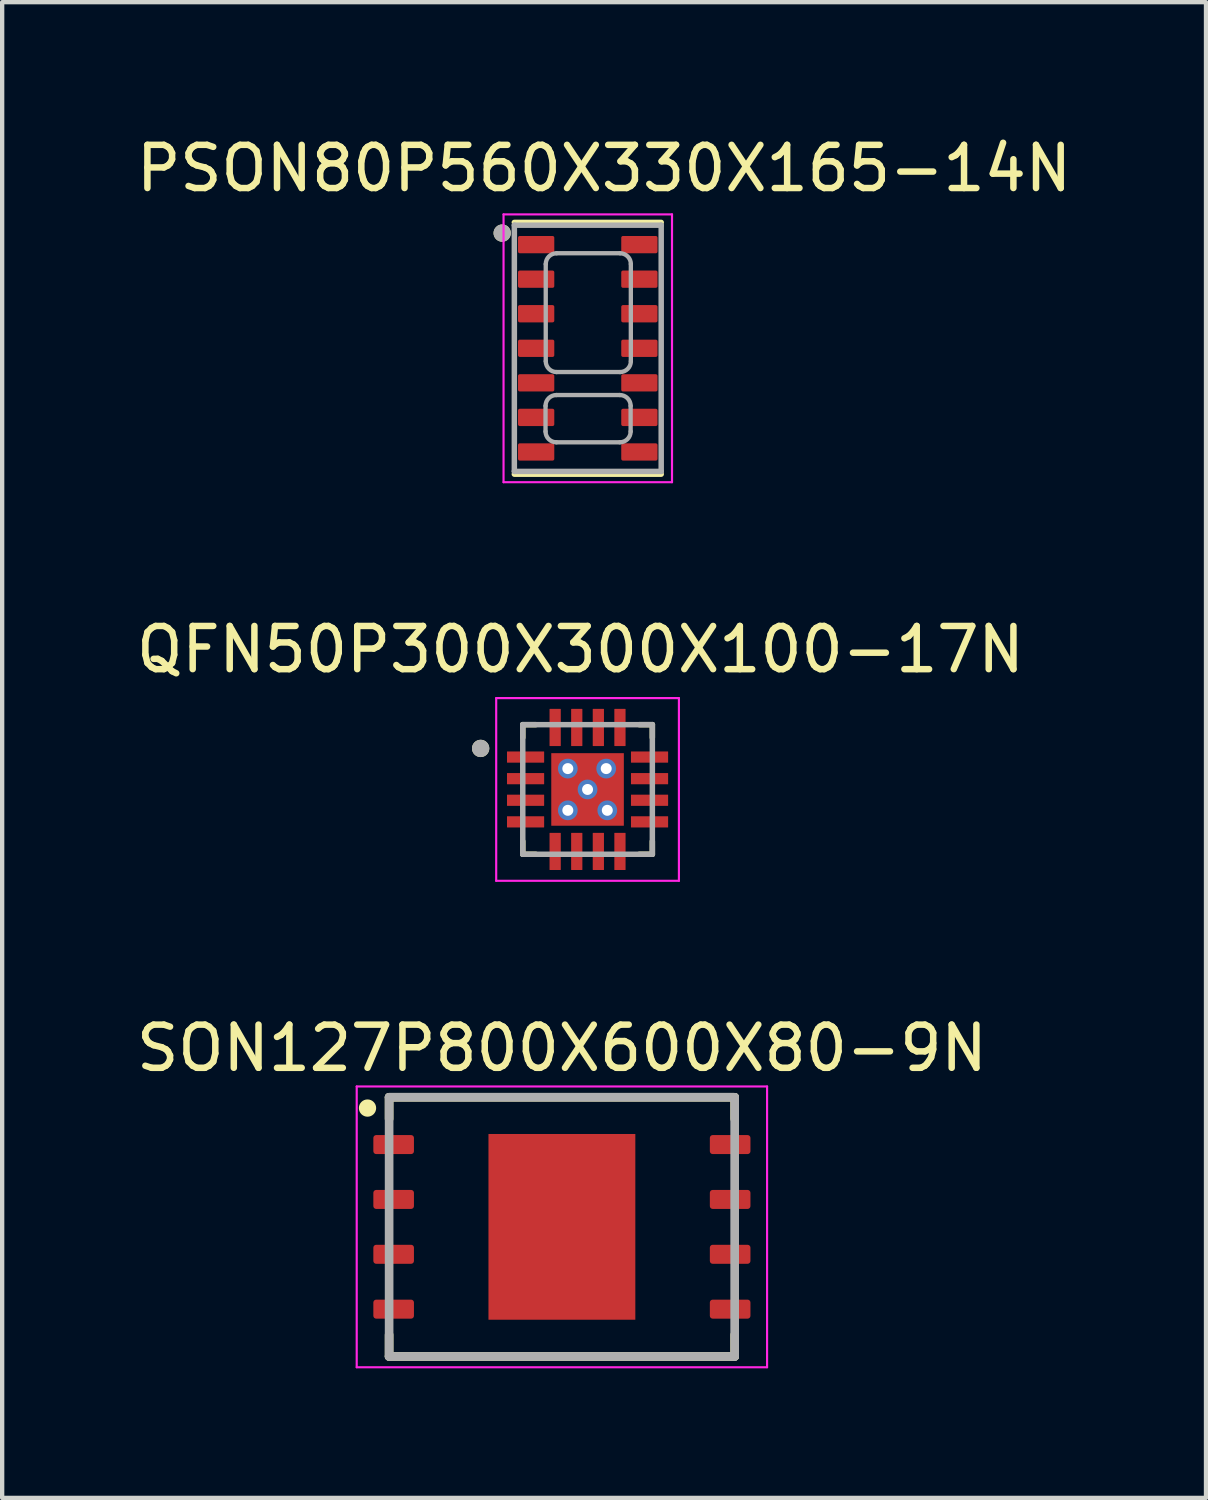
<source format=kicad_pcb>
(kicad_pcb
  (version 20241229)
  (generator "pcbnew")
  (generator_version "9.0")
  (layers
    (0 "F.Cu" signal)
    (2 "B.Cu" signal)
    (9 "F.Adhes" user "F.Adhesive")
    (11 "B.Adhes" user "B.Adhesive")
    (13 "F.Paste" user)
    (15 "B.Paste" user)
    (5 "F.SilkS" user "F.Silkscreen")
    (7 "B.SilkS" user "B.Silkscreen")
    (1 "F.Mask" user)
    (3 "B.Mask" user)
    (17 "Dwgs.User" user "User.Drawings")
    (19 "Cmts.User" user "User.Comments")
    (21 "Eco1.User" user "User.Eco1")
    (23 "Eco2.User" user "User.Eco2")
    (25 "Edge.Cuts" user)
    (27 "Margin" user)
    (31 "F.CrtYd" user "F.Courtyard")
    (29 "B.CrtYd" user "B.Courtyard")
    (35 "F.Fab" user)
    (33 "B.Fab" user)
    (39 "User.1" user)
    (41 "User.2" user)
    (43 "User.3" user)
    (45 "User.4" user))
  (footprint "PSON80P560X330X165-14N"
    (layer "F.Cu")
    (at 10.557 5.013)
    (property "Reference" "PSON80P560X330X165-14N" (at 0.377 -4.165 0) (layer "F.SilkS") (effects (font (size 1 1) (thickness 0.15))))
    (attr through_hole)
    (fp_line (start -1.7 2.914) (end 1.7 2.914) (stroke (width 0.127) (type solid)) (layer "F.SilkS"))
    (fp_line (start 1.7 -2.914) (end -1.7 -2.914) (stroke (width 0.127) (type solid)) (layer "F.SilkS"))
    (fp_circle (center -1.981 -2.667) (end -1.881 -2.667) (stroke (width 0.2) (type solid)) (fill no) (layer "F.SilkS"))
    (fp_line (start -1.95 -3.1) (end -1.95 3.1) (stroke (width 0.05) (type solid)) (layer "F.CrtYd"))
    (fp_line (start -1.95 3.1) (end 1.95 3.1) (stroke (width 0.05) (type solid)) (layer "F.CrtYd"))
    (fp_line (start 1.95 -3.1) (end -1.95 -3.1) (stroke (width 0.05) (type solid)) (layer "F.CrtYd"))
    (fp_line (start 1.95 3.1) (end 1.95 -3.1) (stroke (width 0.05) (type solid)) (layer "F.CrtYd"))
    (fp_line (start -1.7 -2.85) (end -1.7 2.85) (stroke (width 0.127) (type solid)) (layer "F.Fab"))
    (fp_line (start -1.7 2.85) (end 1.7 2.85) (stroke (width 0.127) (type solid)) (layer "F.Fab"))
    (fp_line (start -0.978 1.926) (end -0.978 1.332) (stroke (width 0.1) (type solid)) (layer "F.Fab"))
    (fp_line (start -0.973 0.3) (end -0.973 -1.95) (stroke (width 0.1) (type solid)) (layer "F.Fab"))
    (fp_line (start -0.723 -2.2) (end 0.747 -2.2) (stroke (width 0.1) (type solid)) (layer "F.Fab"))
    (fp_line (start 0.742 1.082) (end -0.728 1.082) (stroke (width 0.1) (type solid)) (layer "F.Fab"))
    (fp_line (start 0.742 2.176) (end -0.728 2.176) (stroke (width 0.1) (type solid)) (layer "F.Fab"))
    (fp_line (start 0.747 0.55) (end -0.723 0.55) (stroke (width 0.1) (type solid)) (layer "F.Fab"))
    (fp_line (start 0.992 1.926) (end 0.992 1.332) (stroke (width 0.1) (type solid)) (layer "F.Fab"))
    (fp_line (start 0.997 -1.95) (end 0.997 0.3) (stroke (width 0.1) (type solid)) (layer "F.Fab"))
    (fp_line (start 1.7 -2.85) (end -1.7 -2.85) (stroke (width 0.127) (type solid)) (layer "F.Fab"))
    (fp_line (start 1.7 2.85) (end 1.7 -2.85) (stroke (width 0.127) (type solid)) (layer "F.Fab"))
    (fp_arc (start -0.977541 1.33219) (mid -0.904318 1.155413) (end -0.727541 1.08219) (stroke (width 0.1) (type solid)) (layer "F.Fab"))
    (fp_arc (start -0.972541 -1.94981) (mid -0.899318 -2.126587) (end -0.722541 -2.19981) (stroke (width 0.1) (type solid)) (layer "F.Fab"))
    (fp_arc (start -0.727541 2.17619) (mid -0.904318 2.102967) (end -0.977541 1.92619) (stroke (width 0.1) (type solid)) (layer "F.Fab"))
    (fp_arc (start -0.722541 0.550191) (mid -0.899318 0.476968) (end -0.972541 0.300191) (stroke (width 0.1) (type solid)) (layer "F.Fab"))
    (fp_arc (start 0.742459 1.08219) (mid 0.919236 1.155413) (end 0.992459 1.33219) (stroke (width 0.1) (type solid)) (layer "F.Fab"))
    (fp_arc (start 0.747459 -2.19981) (mid 0.924236 -2.126587) (end 0.997459 -1.94981) (stroke (width 0.1) (type solid)) (layer "F.Fab"))
    (fp_arc (start 0.992459 1.92619) (mid 0.919236 2.102967) (end 0.742459 2.17619) (stroke (width 0.1) (type solid)) (layer "F.Fab"))
    (fp_arc (start 0.997459 0.300191) (mid 0.924236 0.476968) (end 0.747459 0.550191) (stroke (width 0.1) (type solid)) (layer "F.Fab"))
    (fp_circle (center -1.981 -2.667) (end -1.881 -2.667) (stroke (width 0.2) (type solid)) (fill no) (layer "F.Fab"))
    (pad "1" smd roundrect (at -1.195 -2.4) (size 0.84 0.4) (layers "F.Cu" "F.Mask" "F.Paste") (roundrect_rratio 0.1))
    (pad "2" smd roundrect (at -1.195 -1.6) (size 0.84 0.4) (layers "F.Cu" "F.Mask" "F.Paste") (roundrect_rratio 0.1))
    (pad "3" smd roundrect (at -1.195 -0.8) (size 0.84 0.4) (layers "F.Cu" "F.Mask" "F.Paste") (roundrect_rratio 0.1))
    (pad "4" smd roundrect (at -1.195 0) (size 0.84 0.4) (layers "F.Cu" "F.Mask" "F.Paste") (roundrect_rratio 0.1))
    (pad "5" smd roundrect (at -1.195 0.8) (size 0.84 0.4) (layers "F.Cu" "F.Mask" "F.Paste") (roundrect_rratio 0.1))
    (pad "6" smd roundrect (at -1.195 1.6) (size 0.84 0.4) (layers "F.Cu" "F.Mask" "F.Paste") (roundrect_rratio 0.1))
    (pad "7" smd roundrect (at -1.195 2.4) (size 0.84 0.4) (layers "F.Cu" "F.Mask" "F.Paste") (roundrect_rratio 0.1))
    (pad "8" smd roundrect (at 1.195 2.4 180) (size 0.84 0.4) (layers "F.Cu" "F.Mask" "F.Paste") (roundrect_rratio 0.1))
    (pad "9" smd roundrect (at 1.195 1.6 180) (size 0.84 0.4) (layers "F.Cu" "F.Mask" "F.Paste") (roundrect_rratio 0.1))
    (pad "10" smd roundrect (at 1.195 0.8 180) (size 0.84 0.4) (layers "F.Cu" "F.Mask" "F.Paste") (roundrect_rratio 0.1))
    (pad "11" smd roundrect (at 1.195 0 180) (size 0.84 0.4) (layers "F.Cu" "F.Mask" "F.Paste") (roundrect_rratio 0.1))
    (pad "12" smd roundrect (at 1.195 -0.8 180) (size 0.84 0.4) (layers "F.Cu" "F.Mask" "F.Paste") (roundrect_rratio 0.1))
    (pad "13" smd roundrect (at 1.195 -1.6 180) (size 0.84 0.4) (layers "F.Cu" "F.Mask" "F.Paste") (roundrect_rratio 0.1))
    (pad "14" smd roundrect (at 1.195 -2.4 180) (size 0.84 0.4) (layers "F.Cu" "F.Mask" "F.Paste") (roundrect_rratio 0.1)))
  (footprint "QFN50P300X300X100-17N"
    (layer "F.Cu")
    (at 10.552 15.226)
    (property "Reference" "QFN50P300X300X100-17N" (at -0.165 -3.24 0) (layer "F.SilkS") (effects (font (size 1 1) (thickness 0.15))))
    (attr through_hole)
    (fp_line (start -1.5 -1.5) (end -1.5 -1.2) (stroke (width 0.127) (type solid)) (layer "F.SilkS"))
    (fp_line (start -1.5 -1.5) (end -1.2 -1.5) (stroke (width 0.127) (type solid)) (layer "F.SilkS"))
    (fp_line (start -1.5 1.5) (end -1.5 1.2) (stroke (width 0.127) (type solid)) (layer "F.SilkS"))
    (fp_line (start -1.5 1.5) (end -1.2 1.5) (stroke (width 0.127) (type solid)) (layer "F.SilkS"))
    (fp_line (start 1.5 -1.5) (end 1.2 -1.5) (stroke (width 0.127) (type solid)) (layer "F.SilkS"))
    (fp_line (start 1.5 -1.5) (end 1.5 -1.2) (stroke (width 0.127) (type solid)) (layer "F.SilkS"))
    (fp_line (start 1.5 1.5) (end 1.2 1.5) (stroke (width 0.127) (type solid)) (layer "F.SilkS"))
    (fp_line (start 1.5 1.5) (end 1.5 1.2) (stroke (width 0.127) (type solid)) (layer "F.SilkS"))
    (fp_circle (center -2.475 -0.95) (end -2.375 -0.95) (stroke (width 0.2) (type solid)) (fill no) (layer "F.SilkS"))
    (fp_poly (pts (xy -0.53 -0.53) (xy 0.53 -0.53) (xy 0.53 0.53) (xy -0.53 0.53)) (stroke (width 0.01) (type solid)) (fill yes) (layer "F.Paste"))
    (fp_line (start -2.115 -2.115) (end 2.115 -2.115) (stroke (width 0.05) (type solid)) (layer "F.CrtYd"))
    (fp_line (start -2.115 2.115) (end -2.115 -2.115) (stroke (width 0.05) (type solid)) (layer "F.CrtYd"))
    (fp_line (start -2.115 2.115) (end 2.115 2.115) (stroke (width 0.05) (type solid)) (layer "F.CrtYd"))
    (fp_line (start 2.115 2.115) (end 2.115 -2.115) (stroke (width 0.05) (type solid)) (layer "F.CrtYd"))
    (fp_line (start -1.5 1.5) (end -1.5 -1.5) (stroke (width 0.127) (type solid)) (layer "F.Fab"))
    (fp_line (start 1.5 -1.5) (end -1.5 -1.5) (stroke (width 0.127) (type solid)) (layer "F.Fab"))
    (fp_line (start 1.5 1.5) (end -1.5 1.5) (stroke (width 0.127) (type solid)) (layer "F.Fab"))
    (fp_line (start 1.5 1.5) (end 1.5 -1.5) (stroke (width 0.127) (type solid)) (layer "F.Fab"))
    (fp_circle (center -2.475 -0.95) (end -2.375 -0.95) (stroke (width 0.2) (type solid)) (fill no) (layer "F.Fab"))
    (pad "1" smd roundrect (at -1.435 -0.75) (size 0.86 0.26) (layers "F.Cu" "F.Mask" "F.Paste") (roundrect_rratio 0.03))
    (pad "2" smd roundrect (at -1.435 -0.25) (size 0.86 0.26) (layers "F.Cu" "F.Mask" "F.Paste") (roundrect_rratio 0.03))
    (pad "3" smd roundrect (at -1.435 0.25) (size 0.86 0.26) (layers "F.Cu" "F.Mask" "F.Paste") (roundrect_rratio 0.03))
    (pad "4" smd roundrect (at -1.435 0.75) (size 0.86 0.26) (layers "F.Cu" "F.Mask" "F.Paste") (roundrect_rratio 0.03))
    (pad "5" smd roundrect (at -0.75 1.435 90) (size 0.86 0.26) (layers "F.Cu" "F.Mask" "F.Paste") (roundrect_rratio 0.03))
    (pad "6" smd roundrect (at -0.25 1.435 90) (size 0.86 0.26) (layers "F.Cu" "F.Mask" "F.Paste") (roundrect_rratio 0.03))
    (pad "7" smd roundrect (at 0.25 1.435 90) (size 0.86 0.26) (layers "F.Cu" "F.Mask" "F.Paste") (roundrect_rratio 0.03))
    (pad "8" smd roundrect (at 0.75 1.435 90) (size 0.86 0.26) (layers "F.Cu" "F.Mask" "F.Paste") (roundrect_rratio 0.03))
    (pad "9" smd roundrect (at 1.435 0.75) (size 0.86 0.26) (layers "F.Cu" "F.Mask" "F.Paste") (roundrect_rratio 0.03))
    (pad "10" smd roundrect (at 1.435 0.25) (size 0.86 0.26) (layers "F.Cu" "F.Mask" "F.Paste") (roundrect_rratio 0.03))
    (pad "11" smd roundrect (at 1.435 -0.25) (size 0.86 0.26) (layers "F.Cu" "F.Mask" "F.Paste") (roundrect_rratio 0.03))
    (pad "12" smd roundrect (at 1.435 -0.75) (size 0.86 0.26) (layers "F.Cu" "F.Mask" "F.Paste") (roundrect_rratio 0.03))
    (pad "13" smd roundrect (at 0.75 -1.435 90) (size 0.86 0.26) (layers "F.Cu" "F.Mask" "F.Paste") (roundrect_rratio 0.03))
    (pad "14" smd roundrect (at 0.25 -1.435 90) (size 0.86 0.26) (layers "F.Cu" "F.Mask" "F.Paste") (roundrect_rratio 0.03))
    (pad "15" smd roundrect (at -0.25 -1.435 90) (size 0.86 0.26) (layers "F.Cu" "F.Mask" "F.Paste") (roundrect_rratio 0.03))
    (pad "16" smd roundrect (at -0.75 -1.435 90) (size 0.86 0.26) (layers "F.Cu" "F.Mask" "F.Paste") (roundrect_rratio 0.03))
    (pad "17" smd rect (at 0 0) (size 1.68 1.68) (layers "F.Cu" "F.Mask"))
    (pad "18" thru_hole circle (at 0 0) (size 0.457 0.457) (drill 0.254) (layers "*.Cu"))
    (pad "19" thru_hole circle (at -0.457 -0.483) (size 0.457 0.457) (drill 0.254) (layers "*.Cu"))
    (pad "20" thru_hole circle (at 0.432 -0.483) (size 0.457 0.457) (drill 0.254) (layers "*.Cu"))
    (pad "21" thru_hole circle (at -0.457 0.483) (size 0.457 0.457) (drill 0.254) (layers "*.Cu"))
    (pad "22" thru_hole circle (at 0.457 0.483) (size 0.457 0.457) (drill 0.254) (layers "*.Cu")))
  (footprint "SON127P800X600X80-9N"
    (layer "F.Cu")
    (at 9.958 25.352)
    (property "Reference" "SON127P800X600X80-9N" (at 0 -4.137 0) (layer "F.SilkS") (effects (font (size 1 1) (thickness 0.15))))
    (attr through_hole)
    (fp_line (start -4 -3) (end 4 -3) (stroke (width 0.2) (type solid)) (layer "F.SilkS"))
    (fp_line (start -4 -2.5) (end -4 -3) (stroke (width 0.2) (type solid)) (layer "F.SilkS"))
    (fp_line (start -4 2.5) (end -4 3) (stroke (width 0.2) (type solid)) (layer "F.SilkS"))
    (fp_line (start -4 3) (end 4 3) (stroke (width 0.2) (type solid)) (layer "F.SilkS"))
    (fp_line (start 4 -3) (end 4 -2.5) (stroke (width 0.2) (type solid)) (layer "F.SilkS"))
    (fp_line (start 4 3) (end 4 2.5) (stroke (width 0.2) (type solid)) (layer "F.SilkS"))
    (fp_circle (center -4.5 -2.75) (end -4.4 -2.75) (stroke (width 0.2) (type solid)) (fill no) (layer "F.SilkS"))
    (fp_poly (pts (xy -1.56 -1.56) (xy 0.04 -1.56) (xy 0.04 -0.41) (xy -1.56 -0.41)) (stroke (width 0.01) (type solid)) (fill yes) (layer "F.Paste"))
    (fp_poly (pts (xy -1.56 0.41) (xy 0.04 0.41) (xy 0.04 1.56) (xy -1.56 1.56)) (stroke (width 0.01) (type solid)) (fill yes) (layer "F.Paste"))
    (fp_poly (pts (xy -0.04 -1.56) (xy 1.56 -1.56) (xy 1.56 -0.41) (xy -0.04 -0.41)) (stroke (width 0.01) (type solid)) (fill yes) (layer "F.Paste"))
    (fp_poly (pts (xy -0.04 0.41) (xy 1.56 0.41) (xy 1.56 1.56) (xy -0.04 1.56)) (stroke (width 0.01) (type solid)) (fill yes) (layer "F.Paste"))
    (fp_line (start -4.75 -3.25) (end 4.75 -3.25) (stroke (width 0.05) (type solid)) (layer "F.CrtYd"))
    (fp_line (start -4.75 3.25) (end -4.75 -3.25) (stroke (width 0.05) (type solid)) (layer "F.CrtYd"))
    (fp_line (start 4.75 -3.25) (end 4.75 3.25) (stroke (width 0.05) (type solid)) (layer "F.CrtYd"))
    (fp_line (start 4.75 3.25) (end -4.75 3.25) (stroke (width 0.05) (type solid)) (layer "F.CrtYd"))
    (fp_line (start -4 -3) (end 4 -3) (stroke (width 0.2) (type solid)) (layer "F.Fab"))
    (fp_line (start -4 3) (end -4 -3) (stroke (width 0.2) (type solid)) (layer "F.Fab"))
    (fp_line (start 4 -3) (end 4 3) (stroke (width 0.2) (type solid)) (layer "F.Fab"))
    (fp_line (start 4 3) (end -4 3) (stroke (width 0.2) (type solid)) (layer "F.Fab"))
    (pad "1" smd roundrect (at -3.895 -1.905) (size 0.94 0.44) (layers "F.Cu" "F.Mask" "F.Paste") (roundrect_rratio 0.15))
    (pad "2" smd roundrect (at -3.895 -0.635) (size 0.94 0.44) (layers "F.Cu" "F.Mask" "F.Paste") (roundrect_rratio 0.15))
    (pad "3" smd roundrect (at -3.895 0.635) (size 0.94 0.44) (layers "F.Cu" "F.Mask" "F.Paste") (roundrect_rratio 0.15))
    (pad "4" smd roundrect (at -3.895 1.905) (size 0.94 0.44) (layers "F.Cu" "F.Mask" "F.Paste") (roundrect_rratio 0.15))
    (pad "5" smd roundrect (at 3.895 1.905) (size 0.94 0.44) (layers "F.Cu" "F.Mask" "F.Paste") (roundrect_rratio 0.15))
    (pad "6" smd roundrect (at 3.895 0.635) (size 0.94 0.44) (layers "F.Cu" "F.Mask" "F.Paste") (roundrect_rratio 0.15))
    (pad "7" smd roundrect (at 3.895 -0.635) (size 0.94 0.44) (layers "F.Cu" "F.Mask" "F.Paste") (roundrect_rratio 0.15))
    (pad "8" smd roundrect (at 3.895 -1.905) (size 0.94 0.44) (layers "F.Cu" "F.Mask" "F.Paste") (roundrect_rratio 0.15))
    (pad "9" smd rect (at 0 0) (size 3.4 4.3) (layers "F.Cu" "F.Mask")))
  (gr_rect
    (start -3 -3)
    (end 24.869 31.627)
    (stroke (width 0.1) (type default))
    (fill no)
    (layer "Edge.Cuts")))
</source>
